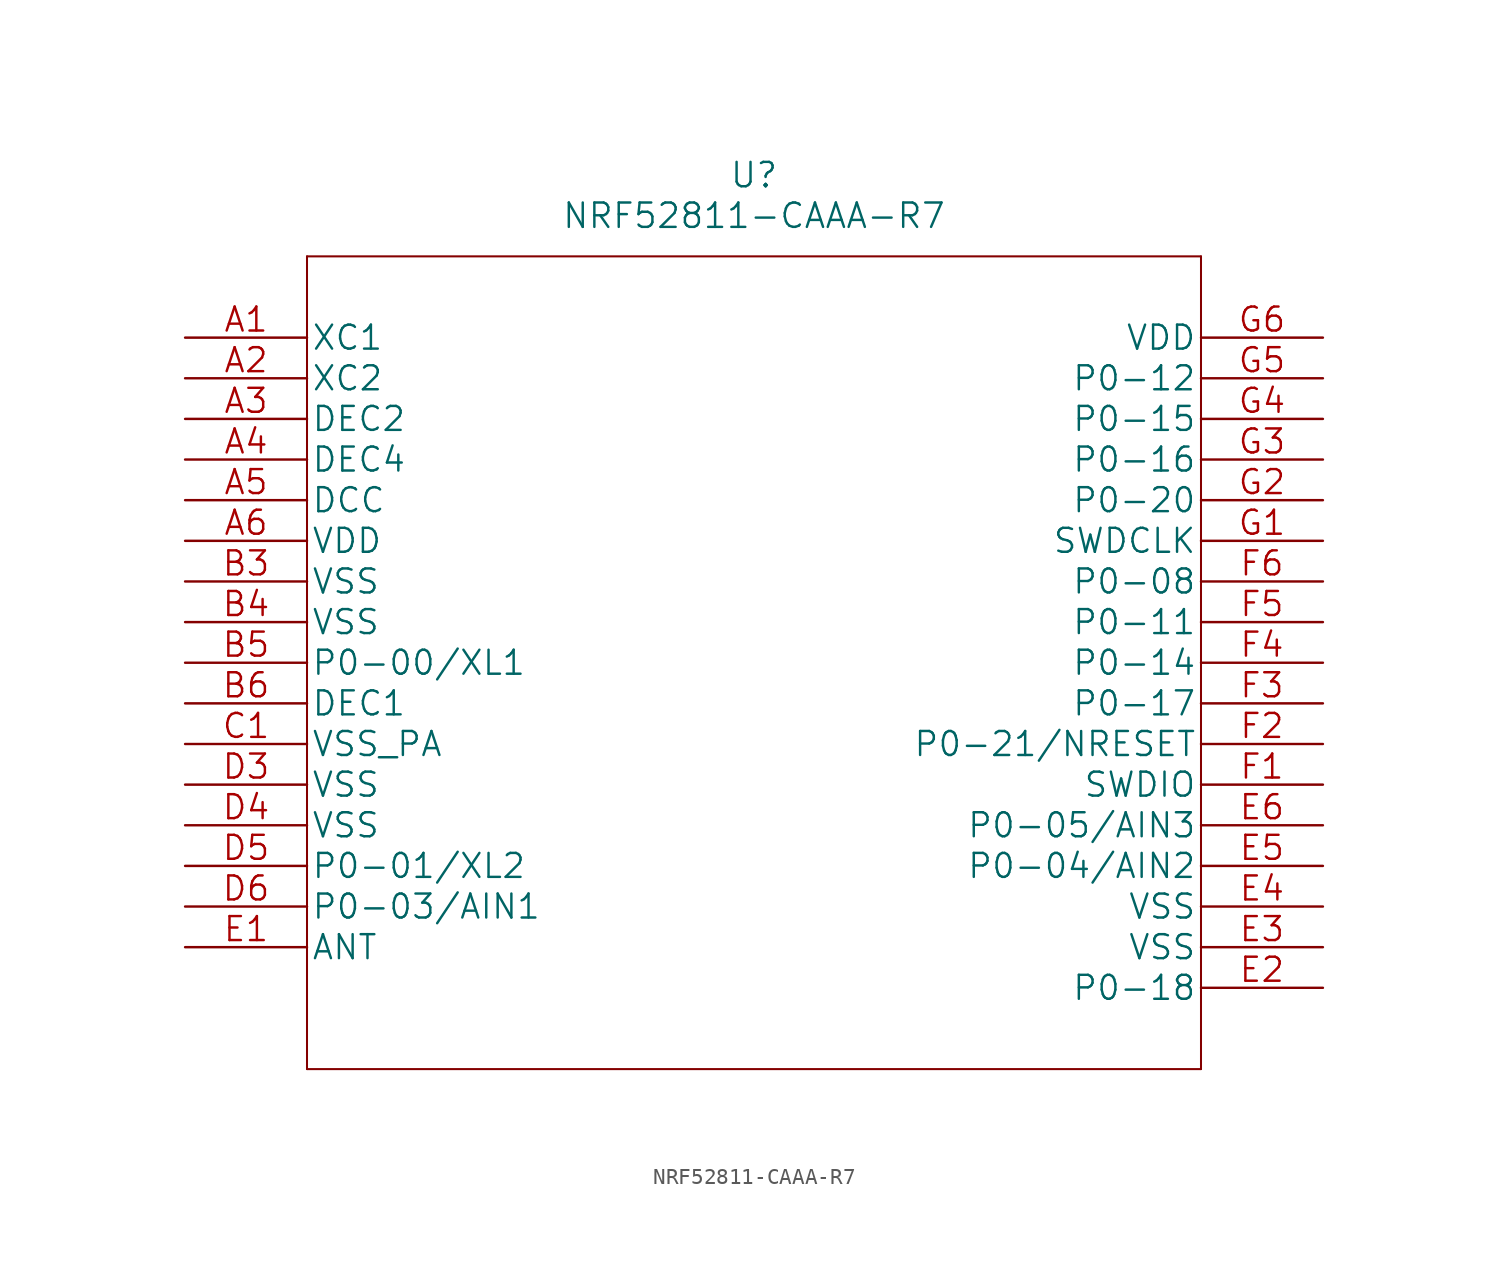
<source format=kicad_sym>
(kicad_symbol_lib
  (version 20211014)
  (generator kicad_symbol_editor)
  (symbol "NRF52811-CAAA-R7"
    (pin_names
      (offset 0.254))
    (property "Reference" "U"
      (at 35.56 10.16 0)
      (effects (font (size 1.524 1.524))))
    (property "Value" "NRF52811-CAAA-R7"
      (at 35.56 7.62 0)
      (effects (font (size 1.524 1.524))))
    (property "Datasheet" ""
      (at 0 0 0)
      (effects (font (size 1.524 1.524))))
    (symbol "NRF52811-CAAA-R7_1_1"
      (polyline (pts (xy 7.62 -45.72) (xy 63.5 -45.72)) (stroke (width 0.127) (type default) (color 0 0 0 0)) (fill (type none)))
      (polyline (pts (xy 7.62 5.08) (xy 7.62 -45.72)) (stroke (width 0.127) (type default) (color 0 0 0 0)) (fill (type none)))
      (polyline (pts (xy 63.5 -45.72) (xy 63.5 5.08)) (stroke (width 0.127) (type default) (color 0 0 0 0)) (fill (type none)))
      (polyline (pts (xy 63.5 5.08) (xy 7.62 5.08)) (stroke (width 0.127) (type default) (color 0 0 0 0)) (fill (type none)))
      (pin input line (at 0 0 0) (length 7.62) (name "XC1" (effects (font (size 1.499 1.499)))) (number "A1" (effects (font (size 1.499 1.499)))))
      (pin input line (at 0 -2.54 0) (length 7.62) (name "XC2" (effects (font (size 1.499 1.499)))) (number "A2" (effects (font (size 1.499 1.499)))))
      (pin unspecified line (at 0 -5.08 0) (length 7.62) (name "DEC2" (effects (font (size 1.499 1.499)))) (number "A3" (effects (font (size 1.499 1.499)))))
      (pin unspecified line (at 0 -7.62 0) (length 7.62) (name "DEC4" (effects (font (size 1.499 1.499)))) (number "A4" (effects (font (size 1.499 1.499)))))
      (pin output line (at 0 -10.16 0) (length 7.62) (name "DCC" (effects (font (size 1.499 1.499)))) (number "A5" (effects (font (size 1.499 1.499)))))
      (pin power_in line (at 0 -12.7 0) (length 7.62) (name "VDD" (effects (font (size 1.499 1.499)))) (number "A6" (effects (font (size 1.499 1.499)))))
      (pin power_in line (at 0 -15.24 0) (length 7.62) (name "VSS" (effects (font (size 1.499 1.499)))) (number "B3" (effects (font (size 1.499 1.499)))))
      (pin power_in line (at 0 -17.78 0) (length 7.62) (name "VSS" (effects (font (size 1.499 1.499)))) (number "B4" (effects (font (size 1.499 1.499)))))
      (pin bidirectional line (at 0 -20.32 0) (length 7.62) (name "P0-00/XL1" (effects (font (size 1.499 1.499)))) (number "B5" (effects (font (size 1.499 1.499)))))
      (pin unspecified line (at 0 -22.86 0) (length 7.62) (name "DEC1" (effects (font (size 1.499 1.499)))) (number "B6" (effects (font (size 1.499 1.499)))))
      (pin power_in line (at 0 -25.4 0) (length 7.62) (name "VSS_PA" (effects (font (size 1.499 1.499)))) (number "C1" (effects (font (size 1.499 1.499)))))
      (pin power_in line (at 0 -27.94 0) (length 7.62) (name "VSS" (effects (font (size 1.499 1.499)))) (number "D3" (effects (font (size 1.499 1.499)))))
      (pin power_in line (at 0 -30.48 0) (length 7.62) (name "VSS" (effects (font (size 1.499 1.499)))) (number "D4" (effects (font (size 1.499 1.499)))))
      (pin bidirectional line (at 0 -33.02 0) (length 7.62) (name "P0-01/XL2" (effects (font (size 1.499 1.499)))) (number "D5" (effects (font (size 1.499 1.499)))))
      (pin bidirectional line (at 0 -35.56 0) (length 7.62) (name "P0-03/AIN1" (effects (font (size 1.499 1.499)))) (number "D6" (effects (font (size 1.499 1.499)))))
      (pin unspecified line (at 0 -38.1 0) (length 7.62) (name "ANT" (effects (font (size 1.499 1.499)))) (number "E1" (effects (font (size 1.499 1.499)))))
      (pin bidirectional line (at 71.12 -40.64 180) (length 7.62) (name "P0-18" (effects (font (size 1.499 1.499)))) (number "E2" (effects (font (size 1.499 1.499)))))
      (pin power_in line (at 71.12 -38.1 180) (length 7.62) (name "VSS" (effects (font (size 1.499 1.499)))) (number "E3" (effects (font (size 1.499 1.499)))))
      (pin power_in line (at 71.12 -35.56 180) (length 7.62) (name "VSS" (effects (font (size 1.499 1.499)))) (number "E4" (effects (font (size 1.499 1.499)))))
      (pin bidirectional line (at 71.12 -33.02 180) (length 7.62) (name "P0-04/AIN2" (effects (font (size 1.499 1.499)))) (number "E5" (effects (font (size 1.499 1.499)))))
      (pin bidirectional line (at 71.12 -30.48 180) (length 7.62) (name "P0-05/AIN3" (effects (font (size 1.499 1.499)))) (number "E6" (effects (font (size 1.499 1.499)))))
      (pin bidirectional line (at 71.12 -27.94 180) (length 7.62) (name "SWDIO" (effects (font (size 1.499 1.499)))) (number "F1" (effects (font (size 1.499 1.499)))))
      (pin bidirectional line (at 71.12 -25.4 180) (length 7.62) (name "P0-21/NRESET" (effects (font (size 1.499 1.499)))) (number "F2" (effects (font (size 1.499 1.499)))))
      (pin bidirectional line (at 71.12 -22.86 180) (length 7.62) (name "P0-17" (effects (font (size 1.499 1.499)))) (number "F3" (effects (font (size 1.499 1.499)))))
      (pin bidirectional line (at 71.12 -20.32 180) (length 7.62) (name "P0-14" (effects (font (size 1.499 1.499)))) (number "F4" (effects (font (size 1.499 1.499)))))
      (pin bidirectional line (at 71.12 -17.78 180) (length 7.62) (name "P0-11" (effects (font (size 1.499 1.499)))) (number "F5" (effects (font (size 1.499 1.499)))))
      (pin bidirectional line (at 71.12 -15.24 180) (length 7.62) (name "P0-08" (effects (font (size 1.499 1.499)))) (number "F6" (effects (font (size 1.499 1.499)))))
      (pin input line (at 71.12 -12.7 180) (length 7.62) (name "SWDCLK" (effects (font (size 1.499 1.499)))) (number "G1" (effects (font (size 1.499 1.499)))))
      (pin bidirectional line (at 71.12 -10.16 180) (length 7.62) (name "P0-20" (effects (font (size 1.499 1.499)))) (number "G2" (effects (font (size 1.499 1.499)))))
      (pin bidirectional line (at 71.12 -7.62 180) (length 7.62) (name "P0-16" (effects (font (size 1.499 1.499)))) (number "G3" (effects (font (size 1.499 1.499)))))
      (pin bidirectional line (at 71.12 -5.08 180) (length 7.62) (name "P0-15" (effects (font (size 1.499 1.499)))) (number "G4" (effects (font (size 1.499 1.499)))))
      (pin bidirectional line (at 71.12 -2.54 180) (length 7.62) (name "P0-12" (effects (font (size 1.499 1.499)))) (number "G5" (effects (font (size 1.499 1.499)))))
      (pin power_in line (at 71.12 0 180) (length 7.62) (name "VDD" (effects (font (size 1.499 1.499)))) (number "G6" (effects (font (size 1.499 1.499))))))))
</source>
